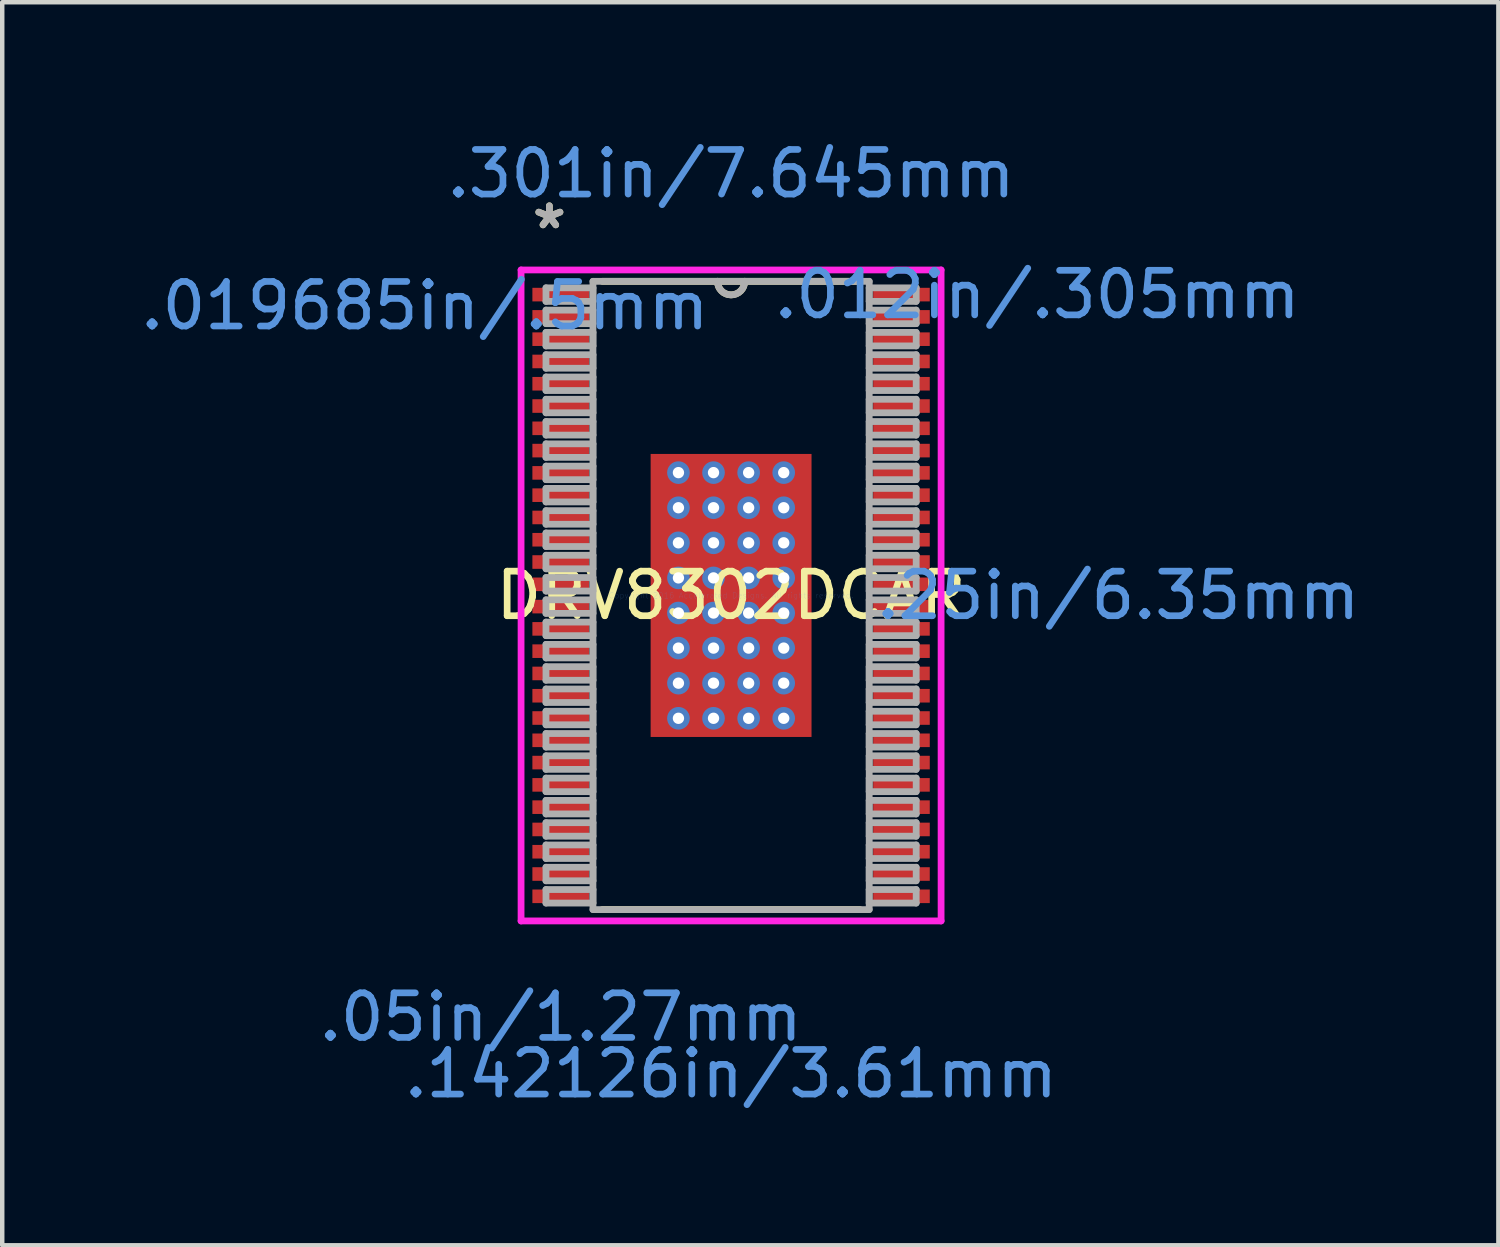
<source format=kicad_pcb>
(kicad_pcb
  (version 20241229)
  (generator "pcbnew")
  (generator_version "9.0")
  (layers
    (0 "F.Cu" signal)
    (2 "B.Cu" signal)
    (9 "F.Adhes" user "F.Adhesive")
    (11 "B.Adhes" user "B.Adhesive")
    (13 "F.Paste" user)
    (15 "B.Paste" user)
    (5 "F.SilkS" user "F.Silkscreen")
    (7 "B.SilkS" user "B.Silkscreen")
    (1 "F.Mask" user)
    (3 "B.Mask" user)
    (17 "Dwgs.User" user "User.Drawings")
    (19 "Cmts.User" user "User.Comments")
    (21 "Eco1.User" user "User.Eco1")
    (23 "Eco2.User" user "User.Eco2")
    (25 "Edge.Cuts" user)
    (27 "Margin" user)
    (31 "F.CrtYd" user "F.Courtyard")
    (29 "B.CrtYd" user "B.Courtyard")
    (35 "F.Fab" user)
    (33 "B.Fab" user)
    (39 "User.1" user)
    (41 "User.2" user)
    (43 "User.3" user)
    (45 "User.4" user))
  (footprint "DRV8302DCAR"
    (layer "F.Cu")
    (at 13.353 10.31)
    (property "Reference" "DRV8302DCAR" (at 0 0 0) (layer "F.SilkS") (effects (font (size 1 1) (thickness 0.15))))
    (attr through_hole)
    (fp_line (start -2.889 7.048) (end 2.889 7.048) (stroke (width 0.152) (type solid)) (layer "F.SilkS"))
    (fp_line (start 2.889 -7.048) (end -2.889 -7.048) (stroke (width 0.152) (type solid)) (layer "F.SilkS"))
    (fp_arc (start 0.3048 -7.0485) (mid 0 -6.7437) (end -0.3048 -7.0485) (stroke (width 0.1524) (type solid)) (layer "F.SilkS"))
    (fp_line (start -4.712 -7.303) (end 4.712 -7.303) (stroke (width 0.152) (type solid)) (layer "F.CrtYd"))
    (fp_line (start -4.712 7.303) (end -4.712 -7.303) (stroke (width 0.152) (type solid)) (layer "F.CrtYd"))
    (fp_line (start 4.712 -7.303) (end 4.712 7.303) (stroke (width 0.152) (type solid)) (layer "F.CrtYd"))
    (fp_line (start 4.712 7.303) (end -4.712 7.303) (stroke (width 0.152) (type solid)) (layer "F.CrtYd"))
    (fp_line (start -4.153 -6.902) (end -4.153 -6.598) (stroke (width 0.152) (type solid)) (layer "F.Fab"))
    (fp_line (start -4.153 -6.598) (end -3.099 -6.598) (stroke (width 0.152) (type solid)) (layer "F.Fab"))
    (fp_line (start -4.153 -6.402) (end -4.153 -6.098) (stroke (width 0.152) (type solid)) (layer "F.Fab"))
    (fp_line (start -4.153 -6.098) (end -3.099 -6.098) (stroke (width 0.152) (type solid)) (layer "F.Fab"))
    (fp_line (start -4.153 -5.902) (end -4.153 -5.598) (stroke (width 0.152) (type solid)) (layer "F.Fab"))
    (fp_line (start -4.153 -5.598) (end -3.099 -5.598) (stroke (width 0.152) (type solid)) (layer "F.Fab"))
    (fp_line (start -4.153 -5.402) (end -4.153 -5.098) (stroke (width 0.152) (type solid)) (layer "F.Fab"))
    (fp_line (start -4.153 -5.098) (end -3.099 -5.098) (stroke (width 0.152) (type solid)) (layer "F.Fab"))
    (fp_line (start -4.153 -4.902) (end -4.153 -4.598) (stroke (width 0.152) (type solid)) (layer "F.Fab"))
    (fp_line (start -4.153 -4.598) (end -3.099 -4.598) (stroke (width 0.152) (type solid)) (layer "F.Fab"))
    (fp_line (start -4.153 -4.402) (end -4.153 -4.098) (stroke (width 0.152) (type solid)) (layer "F.Fab"))
    (fp_line (start -4.153 -4.098) (end -3.099 -4.098) (stroke (width 0.152) (type solid)) (layer "F.Fab"))
    (fp_line (start -4.153 -3.902) (end -4.153 -3.598) (stroke (width 0.152) (type solid)) (layer "F.Fab"))
    (fp_line (start -4.153 -3.598) (end -3.099 -3.598) (stroke (width 0.152) (type solid)) (layer "F.Fab"))
    (fp_line (start -4.153 -3.402) (end -4.153 -3.098) (stroke (width 0.152) (type solid)) (layer "F.Fab"))
    (fp_line (start -4.153 -3.098) (end -3.099 -3.098) (stroke (width 0.152) (type solid)) (layer "F.Fab"))
    (fp_line (start -4.153 -2.902) (end -4.153 -2.598) (stroke (width 0.152) (type solid)) (layer "F.Fab"))
    (fp_line (start -4.153 -2.598) (end -3.099 -2.598) (stroke (width 0.152) (type solid)) (layer "F.Fab"))
    (fp_line (start -4.153 -2.402) (end -4.153 -2.098) (stroke (width 0.152) (type solid)) (layer "F.Fab"))
    (fp_line (start -4.153 -2.098) (end -3.099 -2.098) (stroke (width 0.152) (type solid)) (layer "F.Fab"))
    (fp_line (start -4.153 -1.902) (end -4.153 -1.598) (stroke (width 0.152) (type solid)) (layer "F.Fab"))
    (fp_line (start -4.153 -1.598) (end -3.099 -1.598) (stroke (width 0.152) (type solid)) (layer "F.Fab"))
    (fp_line (start -4.153 -1.402) (end -4.153 -1.098) (stroke (width 0.152) (type solid)) (layer "F.Fab"))
    (fp_line (start -4.153 -1.098) (end -3.099 -1.098) (stroke (width 0.152) (type solid)) (layer "F.Fab"))
    (fp_line (start -4.153 -0.902) (end -4.153 -0.598) (stroke (width 0.152) (type solid)) (layer "F.Fab"))
    (fp_line (start -4.153 -0.598) (end -3.099 -0.598) (stroke (width 0.152) (type solid)) (layer "F.Fab"))
    (fp_line (start -4.153 -0.402) (end -4.153 -0.098) (stroke (width 0.152) (type solid)) (layer "F.Fab"))
    (fp_line (start -4.153 -0.098) (end -3.099 -0.098) (stroke (width 0.152) (type solid)) (layer "F.Fab"))
    (fp_line (start -4.153 0.098) (end -4.153 0.402) (stroke (width 0.152) (type solid)) (layer "F.Fab"))
    (fp_line (start -4.153 0.402) (end -3.099 0.402) (stroke (width 0.152) (type solid)) (layer "F.Fab"))
    (fp_line (start -4.153 0.598) (end -4.153 0.902) (stroke (width 0.152) (type solid)) (layer "F.Fab"))
    (fp_line (start -4.153 0.902) (end -3.099 0.902) (stroke (width 0.152) (type solid)) (layer "F.Fab"))
    (fp_line (start -4.153 1.098) (end -4.153 1.402) (stroke (width 0.152) (type solid)) (layer "F.Fab"))
    (fp_line (start -4.153 1.402) (end -3.099 1.402) (stroke (width 0.152) (type solid)) (layer "F.Fab"))
    (fp_line (start -4.153 1.598) (end -4.153 1.902) (stroke (width 0.152) (type solid)) (layer "F.Fab"))
    (fp_line (start -4.153 1.902) (end -3.099 1.902) (stroke (width 0.152) (type solid)) (layer "F.Fab"))
    (fp_line (start -4.153 2.098) (end -4.153 2.402) (stroke (width 0.152) (type solid)) (layer "F.Fab"))
    (fp_line (start -4.153 2.402) (end -3.099 2.402) (stroke (width 0.152) (type solid)) (layer "F.Fab"))
    (fp_line (start -4.153 2.598) (end -4.153 2.902) (stroke (width 0.152) (type solid)) (layer "F.Fab"))
    (fp_line (start -4.153 2.902) (end -3.099 2.902) (stroke (width 0.152) (type solid)) (layer "F.Fab"))
    (fp_line (start -4.153 3.098) (end -4.153 3.402) (stroke (width 0.152) (type solid)) (layer "F.Fab"))
    (fp_line (start -4.153 3.402) (end -3.099 3.402) (stroke (width 0.152) (type solid)) (layer "F.Fab"))
    (fp_line (start -4.153 3.598) (end -4.153 3.902) (stroke (width 0.152) (type solid)) (layer "F.Fab"))
    (fp_line (start -4.153 3.902) (end -3.099 3.902) (stroke (width 0.152) (type solid)) (layer "F.Fab"))
    (fp_line (start -4.153 4.098) (end -4.153 4.402) (stroke (width 0.152) (type solid)) (layer "F.Fab"))
    (fp_line (start -4.153 4.402) (end -3.099 4.402) (stroke (width 0.152) (type solid)) (layer "F.Fab"))
    (fp_line (start -4.153 4.598) (end -4.153 4.902) (stroke (width 0.152) (type solid)) (layer "F.Fab"))
    (fp_line (start -4.153 4.902) (end -3.099 4.902) (stroke (width 0.152) (type solid)) (layer "F.Fab"))
    (fp_line (start -4.153 5.098) (end -4.153 5.402) (stroke (width 0.152) (type solid)) (layer "F.Fab"))
    (fp_line (start -4.153 5.402) (end -3.099 5.402) (stroke (width 0.152) (type solid)) (layer "F.Fab"))
    (fp_line (start -4.153 5.598) (end -4.153 5.902) (stroke (width 0.152) (type solid)) (layer "F.Fab"))
    (fp_line (start -4.153 5.902) (end -3.099 5.902) (stroke (width 0.152) (type solid)) (layer "F.Fab"))
    (fp_line (start -4.153 6.098) (end -4.153 6.402) (stroke (width 0.152) (type solid)) (layer "F.Fab"))
    (fp_line (start -4.153 6.402) (end -3.099 6.402) (stroke (width 0.152) (type solid)) (layer "F.Fab"))
    (fp_line (start -4.153 6.598) (end -4.153 6.902) (stroke (width 0.152) (type solid)) (layer "F.Fab"))
    (fp_line (start -4.153 6.902) (end -3.099 6.902) (stroke (width 0.152) (type solid)) (layer "F.Fab"))
    (fp_line (start -3.099 -7.048) (end -3.099 7.048) (stroke (width 0.152) (type solid)) (layer "F.Fab"))
    (fp_line (start -3.099 -6.902) (end -4.153 -6.902) (stroke (width 0.152) (type solid)) (layer "F.Fab"))
    (fp_line (start -3.099 -6.598) (end -3.099 -6.902) (stroke (width 0.152) (type solid)) (layer "F.Fab"))
    (fp_line (start -3.099 -6.402) (end -4.153 -6.402) (stroke (width 0.152) (type solid)) (layer "F.Fab"))
    (fp_line (start -3.099 -6.098) (end -3.099 -6.402) (stroke (width 0.152) (type solid)) (layer "F.Fab"))
    (fp_line (start -3.099 -5.902) (end -4.153 -5.902) (stroke (width 0.152) (type solid)) (layer "F.Fab"))
    (fp_line (start -3.099 -5.598) (end -3.099 -5.902) (stroke (width 0.152) (type solid)) (layer "F.Fab"))
    (fp_line (start -3.099 -5.402) (end -4.153 -5.402) (stroke (width 0.152) (type solid)) (layer "F.Fab"))
    (fp_line (start -3.099 -5.098) (end -3.099 -5.402) (stroke (width 0.152) (type solid)) (layer "F.Fab"))
    (fp_line (start -3.099 -4.902) (end -4.153 -4.902) (stroke (width 0.152) (type solid)) (layer "F.Fab"))
    (fp_line (start -3.099 -4.598) (end -3.099 -4.902) (stroke (width 0.152) (type solid)) (layer "F.Fab"))
    (fp_line (start -3.099 -4.402) (end -4.153 -4.402) (stroke (width 0.152) (type solid)) (layer "F.Fab"))
    (fp_line (start -3.099 -4.098) (end -3.099 -4.402) (stroke (width 0.152) (type solid)) (layer "F.Fab"))
    (fp_line (start -3.099 -3.902) (end -4.153 -3.902) (stroke (width 0.152) (type solid)) (layer "F.Fab"))
    (fp_line (start -3.099 -3.598) (end -3.099 -3.902) (stroke (width 0.152) (type solid)) (layer "F.Fab"))
    (fp_line (start -3.099 -3.402) (end -4.153 -3.402) (stroke (width 0.152) (type solid)) (layer "F.Fab"))
    (fp_line (start -3.099 -3.098) (end -3.099 -3.402) (stroke (width 0.152) (type solid)) (layer "F.Fab"))
    (fp_line (start -3.099 -2.902) (end -4.153 -2.902) (stroke (width 0.152) (type solid)) (layer "F.Fab"))
    (fp_line (start -3.099 -2.598) (end -3.099 -2.902) (stroke (width 0.152) (type solid)) (layer "F.Fab"))
    (fp_line (start -3.099 -2.402) (end -4.153 -2.402) (stroke (width 0.152) (type solid)) (layer "F.Fab"))
    (fp_line (start -3.099 -2.098) (end -3.099 -2.402) (stroke (width 0.152) (type solid)) (layer "F.Fab"))
    (fp_line (start -3.099 -1.902) (end -4.153 -1.902) (stroke (width 0.152) (type solid)) (layer "F.Fab"))
    (fp_line (start -3.099 -1.598) (end -3.099 -1.902) (stroke (width 0.152) (type solid)) (layer "F.Fab"))
    (fp_line (start -3.099 -1.402) (end -4.153 -1.402) (stroke (width 0.152) (type solid)) (layer "F.Fab"))
    (fp_line (start -3.099 -1.098) (end -3.099 -1.402) (stroke (width 0.152) (type solid)) (layer "F.Fab"))
    (fp_line (start -3.099 -0.902) (end -4.153 -0.902) (stroke (width 0.152) (type solid)) (layer "F.Fab"))
    (fp_line (start -3.099 -0.598) (end -3.099 -0.902) (stroke (width 0.152) (type solid)) (layer "F.Fab"))
    (fp_line (start -3.099 -0.402) (end -4.153 -0.402) (stroke (width 0.152) (type solid)) (layer "F.Fab"))
    (fp_line (start -3.099 -0.098) (end -3.099 -0.402) (stroke (width 0.152) (type solid)) (layer "F.Fab"))
    (fp_line (start -3.099 0.098) (end -4.153 0.098) (stroke (width 0.152) (type solid)) (layer "F.Fab"))
    (fp_line (start -3.099 0.402) (end -3.099 0.098) (stroke (width 0.152) (type solid)) (layer "F.Fab"))
    (fp_line (start -3.099 0.598) (end -4.153 0.598) (stroke (width 0.152) (type solid)) (layer "F.Fab"))
    (fp_line (start -3.099 0.902) (end -3.099 0.598) (stroke (width 0.152) (type solid)) (layer "F.Fab"))
    (fp_line (start -3.099 1.098) (end -4.153 1.098) (stroke (width 0.152) (type solid)) (layer "F.Fab"))
    (fp_line (start -3.099 1.402) (end -3.099 1.098) (stroke (width 0.152) (type solid)) (layer "F.Fab"))
    (fp_line (start -3.099 1.598) (end -4.153 1.598) (stroke (width 0.152) (type solid)) (layer "F.Fab"))
    (fp_line (start -3.099 1.902) (end -3.099 1.598) (stroke (width 0.152) (type solid)) (layer "F.Fab"))
    (fp_line (start -3.099 2.098) (end -4.153 2.098) (stroke (width 0.152) (type solid)) (layer "F.Fab"))
    (fp_line (start -3.099 2.402) (end -3.099 2.098) (stroke (width 0.152) (type solid)) (layer "F.Fab"))
    (fp_line (start -3.099 2.598) (end -4.153 2.598) (stroke (width 0.152) (type solid)) (layer "F.Fab"))
    (fp_line (start -3.099 2.902) (end -3.099 2.598) (stroke (width 0.152) (type solid)) (layer "F.Fab"))
    (fp_line (start -3.099 3.098) (end -4.153 3.098) (stroke (width 0.152) (type solid)) (layer "F.Fab"))
    (fp_line (start -3.099 3.402) (end -3.099 3.098) (stroke (width 0.152) (type solid)) (layer "F.Fab"))
    (fp_line (start -3.099 3.598) (end -4.153 3.598) (stroke (width 0.152) (type solid)) (layer "F.Fab"))
    (fp_line (start -3.099 3.902) (end -3.099 3.598) (stroke (width 0.152) (type solid)) (layer "F.Fab"))
    (fp_line (start -3.099 4.098) (end -4.153 4.098) (stroke (width 0.152) (type solid)) (layer "F.Fab"))
    (fp_line (start -3.099 4.402) (end -3.099 4.098) (stroke (width 0.152) (type solid)) (layer "F.Fab"))
    (fp_line (start -3.099 4.598) (end -4.153 4.598) (stroke (width 0.152) (type solid)) (layer "F.Fab"))
    (fp_line (start -3.099 4.902) (end -3.099 4.598) (stroke (width 0.152) (type solid)) (layer "F.Fab"))
    (fp_line (start -3.099 5.098) (end -4.153 5.098) (stroke (width 0.152) (type solid)) (layer "F.Fab"))
    (fp_line (start -3.099 5.402) (end -3.099 5.098) (stroke (width 0.152) (type solid)) (layer "F.Fab"))
    (fp_line (start -3.099 5.598) (end -4.153 5.598) (stroke (width 0.152) (type solid)) (layer "F.Fab"))
    (fp_line (start -3.099 5.902) (end -3.099 5.598) (stroke (width 0.152) (type solid)) (layer "F.Fab"))
    (fp_line (start -3.099 6.098) (end -4.153 6.098) (stroke (width 0.152) (type solid)) (layer "F.Fab"))
    (fp_line (start -3.099 6.402) (end -3.099 6.098) (stroke (width 0.152) (type solid)) (layer "F.Fab"))
    (fp_line (start -3.099 6.598) (end -4.153 6.598) (stroke (width 0.152) (type solid)) (layer "F.Fab"))
    (fp_line (start -3.099 6.902) (end -3.099 6.598) (stroke (width 0.152) (type solid)) (layer "F.Fab"))
    (fp_line (start -3.099 7.048) (end 3.099 7.048) (stroke (width 0.152) (type solid)) (layer "F.Fab"))
    (fp_line (start 3.099 -7.048) (end -3.099 -7.048) (stroke (width 0.152) (type solid)) (layer "F.Fab"))
    (fp_line (start 3.099 -6.902) (end 3.099 -6.598) (stroke (width 0.152) (type solid)) (layer "F.Fab"))
    (fp_line (start 3.099 -6.598) (end 4.153 -6.598) (stroke (width 0.152) (type solid)) (layer "F.Fab"))
    (fp_line (start 3.099 -6.402) (end 3.099 -6.098) (stroke (width 0.152) (type solid)) (layer "F.Fab"))
    (fp_line (start 3.099 -6.098) (end 4.153 -6.098) (stroke (width 0.152) (type solid)) (layer "F.Fab"))
    (fp_line (start 3.099 -5.902) (end 3.099 -5.598) (stroke (width 0.152) (type solid)) (layer "F.Fab"))
    (fp_line (start 3.099 -5.598) (end 4.153 -5.598) (stroke (width 0.152) (type solid)) (layer "F.Fab"))
    (fp_line (start 3.099 -5.402) (end 3.099 -5.098) (stroke (width 0.152) (type solid)) (layer "F.Fab"))
    (fp_line (start 3.099 -5.098) (end 4.153 -5.098) (stroke (width 0.152) (type solid)) (layer "F.Fab"))
    (fp_line (start 3.099 -4.902) (end 3.099 -4.598) (stroke (width 0.152) (type solid)) (layer "F.Fab"))
    (fp_line (start 3.099 -4.598) (end 4.153 -4.598) (stroke (width 0.152) (type solid)) (layer "F.Fab"))
    (fp_line (start 3.099 -4.402) (end 3.099 -4.098) (stroke (width 0.152) (type solid)) (layer "F.Fab"))
    (fp_line (start 3.099 -4.098) (end 4.153 -4.098) (stroke (width 0.152) (type solid)) (layer "F.Fab"))
    (fp_line (start 3.099 -3.902) (end 3.099 -3.598) (stroke (width 0.152) (type solid)) (layer "F.Fab"))
    (fp_line (start 3.099 -3.598) (end 4.153 -3.598) (stroke (width 0.152) (type solid)) (layer "F.Fab"))
    (fp_line (start 3.099 -3.402) (end 3.099 -3.098) (stroke (width 0.152) (type solid)) (layer "F.Fab"))
    (fp_line (start 3.099 -3.098) (end 4.153 -3.098) (stroke (width 0.152) (type solid)) (layer "F.Fab"))
    (fp_line (start 3.099 -2.902) (end 3.099 -2.598) (stroke (width 0.152) (type solid)) (layer "F.Fab"))
    (fp_line (start 3.099 -2.598) (end 4.153 -2.598) (stroke (width 0.152) (type solid)) (layer "F.Fab"))
    (fp_line (start 3.099 -2.402) (end 3.099 -2.098) (stroke (width 0.152) (type solid)) (layer "F.Fab"))
    (fp_line (start 3.099 -2.098) (end 4.153 -2.098) (stroke (width 0.152) (type solid)) (layer "F.Fab"))
    (fp_line (start 3.099 -1.902) (end 3.099 -1.598) (stroke (width 0.152) (type solid)) (layer "F.Fab"))
    (fp_line (start 3.099 -1.598) (end 4.153 -1.598) (stroke (width 0.152) (type solid)) (layer "F.Fab"))
    (fp_line (start 3.099 -1.402) (end 3.099 -1.098) (stroke (width 0.152) (type solid)) (layer "F.Fab"))
    (fp_line (start 3.099 -1.098) (end 4.153 -1.098) (stroke (width 0.152) (type solid)) (layer "F.Fab"))
    (fp_line (start 3.099 -0.902) (end 3.099 -0.598) (stroke (width 0.152) (type solid)) (layer "F.Fab"))
    (fp_line (start 3.099 -0.598) (end 4.153 -0.598) (stroke (width 0.152) (type solid)) (layer "F.Fab"))
    (fp_line (start 3.099 -0.402) (end 3.099 -0.098) (stroke (width 0.152) (type solid)) (layer "F.Fab"))
    (fp_line (start 3.099 -0.098) (end 4.153 -0.098) (stroke (width 0.152) (type solid)) (layer "F.Fab"))
    (fp_line (start 3.099 0.098) (end 3.099 0.402) (stroke (width 0.152) (type solid)) (layer "F.Fab"))
    (fp_line (start 3.099 0.402) (end 4.153 0.402) (stroke (width 0.152) (type solid)) (layer "F.Fab"))
    (fp_line (start 3.099 0.598) (end 3.099 0.902) (stroke (width 0.152) (type solid)) (layer "F.Fab"))
    (fp_line (start 3.099 0.902) (end 4.153 0.902) (stroke (width 0.152) (type solid)) (layer "F.Fab"))
    (fp_line (start 3.099 1.098) (end 3.099 1.402) (stroke (width 0.152) (type solid)) (layer "F.Fab"))
    (fp_line (start 3.099 1.402) (end 4.153 1.402) (stroke (width 0.152) (type solid)) (layer "F.Fab"))
    (fp_line (start 3.099 1.598) (end 3.099 1.902) (stroke (width 0.152) (type solid)) (layer "F.Fab"))
    (fp_line (start 3.099 1.902) (end 4.153 1.902) (stroke (width 0.152) (type solid)) (layer "F.Fab"))
    (fp_line (start 3.099 2.098) (end 3.099 2.402) (stroke (width 0.152) (type solid)) (layer "F.Fab"))
    (fp_line (start 3.099 2.402) (end 4.153 2.402) (stroke (width 0.152) (type solid)) (layer "F.Fab"))
    (fp_line (start 3.099 2.598) (end 3.099 2.902) (stroke (width 0.152) (type solid)) (layer "F.Fab"))
    (fp_line (start 3.099 2.902) (end 4.153 2.902) (stroke (width 0.152) (type solid)) (layer "F.Fab"))
    (fp_line (start 3.099 3.098) (end 3.099 3.402) (stroke (width 0.152) (type solid)) (layer "F.Fab"))
    (fp_line (start 3.099 3.402) (end 4.153 3.402) (stroke (width 0.152) (type solid)) (layer "F.Fab"))
    (fp_line (start 3.099 3.598) (end 3.099 3.902) (stroke (width 0.152) (type solid)) (layer "F.Fab"))
    (fp_line (start 3.099 3.902) (end 4.153 3.902) (stroke (width 0.152) (type solid)) (layer "F.Fab"))
    (fp_line (start 3.099 4.098) (end 3.099 4.402) (stroke (width 0.152) (type solid)) (layer "F.Fab"))
    (fp_line (start 3.099 4.402) (end 4.153 4.402) (stroke (width 0.152) (type solid)) (layer "F.Fab"))
    (fp_line (start 3.099 4.598) (end 3.099 4.902) (stroke (width 0.152) (type solid)) (layer "F.Fab"))
    (fp_line (start 3.099 4.902) (end 4.153 4.902) (stroke (width 0.152) (type solid)) (layer "F.Fab"))
    (fp_line (start 3.099 5.098) (end 3.099 5.402) (stroke (width 0.152) (type solid)) (layer "F.Fab"))
    (fp_line (start 3.099 5.402) (end 4.153 5.402) (stroke (width 0.152) (type solid)) (layer "F.Fab"))
    (fp_line (start 3.099 5.598) (end 3.099 5.902) (stroke (width 0.152) (type solid)) (layer "F.Fab"))
    (fp_line (start 3.099 5.902) (end 4.153 5.902) (stroke (width 0.152) (type solid)) (layer "F.Fab"))
    (fp_line (start 3.099 6.098) (end 3.099 6.402) (stroke (width 0.152) (type solid)) (layer "F.Fab"))
    (fp_line (start 3.099 6.402) (end 4.153 6.402) (stroke (width 0.152) (type solid)) (layer "F.Fab"))
    (fp_line (start 3.099 6.598) (end 3.099 6.902) (stroke (width 0.152) (type solid)) (layer "F.Fab"))
    (fp_line (start 3.099 6.902) (end 4.153 6.902) (stroke (width 0.152) (type solid)) (layer "F.Fab"))
    (fp_line (start 3.099 7.048) (end 3.099 -7.048) (stroke (width 0.152) (type solid)) (layer "F.Fab"))
    (fp_line (start 4.153 -6.902) (end 3.099 -6.902) (stroke (width 0.152) (type solid)) (layer "F.Fab"))
    (fp_line (start 4.153 -6.598) (end 4.153 -6.902) (stroke (width 0.152) (type solid)) (layer "F.Fab"))
    (fp_line (start 4.153 -6.402) (end 3.099 -6.402) (stroke (width 0.152) (type solid)) (layer "F.Fab"))
    (fp_line (start 4.153 -6.098) (end 4.153 -6.402) (stroke (width 0.152) (type solid)) (layer "F.Fab"))
    (fp_line (start 4.153 -5.902) (end 3.099 -5.902) (stroke (width 0.152) (type solid)) (layer "F.Fab"))
    (fp_line (start 4.153 -5.598) (end 4.153 -5.902) (stroke (width 0.152) (type solid)) (layer "F.Fab"))
    (fp_line (start 4.153 -5.402) (end 3.099 -5.402) (stroke (width 0.152) (type solid)) (layer "F.Fab"))
    (fp_line (start 4.153 -5.098) (end 4.153 -5.402) (stroke (width 0.152) (type solid)) (layer "F.Fab"))
    (fp_line (start 4.153 -4.902) (end 3.099 -4.902) (stroke (width 0.152) (type solid)) (layer "F.Fab"))
    (fp_line (start 4.153 -4.598) (end 4.153 -4.902) (stroke (width 0.152) (type solid)) (layer "F.Fab"))
    (fp_line (start 4.153 -4.402) (end 3.099 -4.402) (stroke (width 0.152) (type solid)) (layer "F.Fab"))
    (fp_line (start 4.153 -4.098) (end 4.153 -4.402) (stroke (width 0.152) (type solid)) (layer "F.Fab"))
    (fp_line (start 4.153 -3.902) (end 3.099 -3.902) (stroke (width 0.152) (type solid)) (layer "F.Fab"))
    (fp_line (start 4.153 -3.598) (end 4.153 -3.902) (stroke (width 0.152) (type solid)) (layer "F.Fab"))
    (fp_line (start 4.153 -3.402) (end 3.099 -3.402) (stroke (width 0.152) (type solid)) (layer "F.Fab"))
    (fp_line (start 4.153 -3.098) (end 4.153 -3.402) (stroke (width 0.152) (type solid)) (layer "F.Fab"))
    (fp_line (start 4.153 -2.902) (end 3.099 -2.902) (stroke (width 0.152) (type solid)) (layer "F.Fab"))
    (fp_line (start 4.153 -2.598) (end 4.153 -2.902) (stroke (width 0.152) (type solid)) (layer "F.Fab"))
    (fp_line (start 4.153 -2.402) (end 3.099 -2.402) (stroke (width 0.152) (type solid)) (layer "F.Fab"))
    (fp_line (start 4.153 -2.098) (end 4.153 -2.402) (stroke (width 0.152) (type solid)) (layer "F.Fab"))
    (fp_line (start 4.153 -1.902) (end 3.099 -1.902) (stroke (width 0.152) (type solid)) (layer "F.Fab"))
    (fp_line (start 4.153 -1.598) (end 4.153 -1.902) (stroke (width 0.152) (type solid)) (layer "F.Fab"))
    (fp_line (start 4.153 -1.402) (end 3.099 -1.402) (stroke (width 0.152) (type solid)) (layer "F.Fab"))
    (fp_line (start 4.153 -1.098) (end 4.153 -1.402) (stroke (width 0.152) (type solid)) (layer "F.Fab"))
    (fp_line (start 4.153 -0.902) (end 3.099 -0.902) (stroke (width 0.152) (type solid)) (layer "F.Fab"))
    (fp_line (start 4.153 -0.598) (end 4.153 -0.902) (stroke (width 0.152) (type solid)) (layer "F.Fab"))
    (fp_line (start 4.153 -0.402) (end 3.099 -0.402) (stroke (width 0.152) (type solid)) (layer "F.Fab"))
    (fp_line (start 4.153 -0.098) (end 4.153 -0.402) (stroke (width 0.152) (type solid)) (layer "F.Fab"))
    (fp_line (start 4.153 0.098) (end 3.099 0.098) (stroke (width 0.152) (type solid)) (layer "F.Fab"))
    (fp_line (start 4.153 0.402) (end 4.153 0.098) (stroke (width 0.152) (type solid)) (layer "F.Fab"))
    (fp_line (start 4.153 0.598) (end 3.099 0.598) (stroke (width 0.152) (type solid)) (layer "F.Fab"))
    (fp_line (start 4.153 0.902) (end 4.153 0.598) (stroke (width 0.152) (type solid)) (layer "F.Fab"))
    (fp_line (start 4.153 1.098) (end 3.099 1.098) (stroke (width 0.152) (type solid)) (layer "F.Fab"))
    (fp_line (start 4.153 1.402) (end 4.153 1.098) (stroke (width 0.152) (type solid)) (layer "F.Fab"))
    (fp_line (start 4.153 1.598) (end 3.099 1.598) (stroke (width 0.152) (type solid)) (layer "F.Fab"))
    (fp_line (start 4.153 1.902) (end 4.153 1.598) (stroke (width 0.152) (type solid)) (layer "F.Fab"))
    (fp_line (start 4.153 2.098) (end 3.099 2.098) (stroke (width 0.152) (type solid)) (layer "F.Fab"))
    (fp_line (start 4.153 2.402) (end 4.153 2.098) (stroke (width 0.152) (type solid)) (layer "F.Fab"))
    (fp_line (start 4.153 2.598) (end 3.099 2.598) (stroke (width 0.152) (type solid)) (layer "F.Fab"))
    (fp_line (start 4.153 2.902) (end 4.153 2.598) (stroke (width 0.152) (type solid)) (layer "F.Fab"))
    (fp_line (start 4.153 3.098) (end 3.099 3.098) (stroke (width 0.152) (type solid)) (layer "F.Fab"))
    (fp_line (start 4.153 3.402) (end 4.153 3.098) (stroke (width 0.152) (type solid)) (layer "F.Fab"))
    (fp_line (start 4.153 3.598) (end 3.099 3.598) (stroke (width 0.152) (type solid)) (layer "F.Fab"))
    (fp_line (start 4.153 3.902) (end 4.153 3.598) (stroke (width 0.152) (type solid)) (layer "F.Fab"))
    (fp_line (start 4.153 4.098) (end 3.099 4.098) (stroke (width 0.152) (type solid)) (layer "F.Fab"))
    (fp_line (start 4.153 4.402) (end 4.153 4.098) (stroke (width 0.152) (type solid)) (layer "F.Fab"))
    (fp_line (start 4.153 4.598) (end 3.099 4.598) (stroke (width 0.152) (type solid)) (layer "F.Fab"))
    (fp_line (start 4.153 4.902) (end 4.153 4.598) (stroke (width 0.152) (type solid)) (layer "F.Fab"))
    (fp_line (start 4.153 5.098) (end 3.099 5.098) (stroke (width 0.152) (type solid)) (layer "F.Fab"))
    (fp_line (start 4.153 5.402) (end 4.153 5.098) (stroke (width 0.152) (type solid)) (layer "F.Fab"))
    (fp_line (start 4.153 5.598) (end 3.099 5.598) (stroke (width 0.152) (type solid)) (layer "F.Fab"))
    (fp_line (start 4.153 5.902) (end 4.153 5.598) (stroke (width 0.152) (type solid)) (layer "F.Fab"))
    (fp_line (start 4.153 6.098) (end 3.099 6.098) (stroke (width 0.152) (type solid)) (layer "F.Fab"))
    (fp_line (start 4.153 6.402) (end 4.153 6.098) (stroke (width 0.152) (type solid)) (layer "F.Fab"))
    (fp_line (start 4.153 6.598) (end 3.099 6.598) (stroke (width 0.152) (type solid)) (layer "F.Fab"))
    (fp_line (start 4.153 6.902) (end 4.153 6.598) (stroke (width 0.152) (type solid)) (layer "F.Fab"))
    (fp_arc (start 0.3048 -7.0485) (mid 0 -6.7437) (end -0.3048 -7.0485) (stroke (width 0.1524) (type solid)) (layer "F.Fab"))
    (fp_text user "*" (at -4.077 -8.198 0) (layer "F.SilkS") (effects (font (size 1 1) (thickness 0.15))))
    (fp_text user ".142126in/3.61mm" (at 0 10.732 0) (layer "Cmts.User") (effects (font (size 1 1) (thickness 0.15))))
    (fp_text user "Copyright 2016 Accelerated Designs. All rights reserved." (at 0 0 0) (layer "Cmts.User") (effects (font (size 0.127 0.127) (thickness 0.002))))
    (fp_text user ".019685in/.5mm" (at -6.871 -6.5 0) (layer "Cmts.User") (effects (font (size 1 1) (thickness 0.15))))
    (fp_text user ".25in/6.35mm" (at 8.687 0 0) (layer "Cmts.User") (effects (font (size 1 1) (thickness 0.15))))
    (fp_text user ".05in/1.27mm" (at -3.823 9.461 0) (layer "Cmts.User") (effects (font (size 1 1) (thickness 0.15))))
    (fp_text user ".012in/.305mm" (at 6.871 -6.75 0) (layer "Cmts.User") (effects (font (size 1 1) (thickness 0.15))))
    (fp_text user ".301in/7.645mm" (at 0 -9.461 0) (layer "Cmts.User") (effects (font (size 1 1) (thickness 0.15))))
    (fp_text user "*" (at -4.077 -8.198 0) (layer "F.Fab") (effects (font (size 1 1) (thickness 0.15))))
    (pad "1" smd rect (at -3.823 -6.75) (size 1.27 0.305) (layers "F.Cu" "F.Mask" "F.Paste"))
    (pad "2" smd rect (at -3.823 -6.25) (size 1.27 0.305) (layers "F.Cu" "F.Mask" "F.Paste"))
    (pad "3" smd rect (at -3.823 -5.75) (size 1.27 0.305) (layers "F.Cu" "F.Mask" "F.Paste"))
    (pad "4" smd rect (at -3.823 -5.25) (size 1.27 0.305) (layers "F.Cu" "F.Mask" "F.Paste"))
    (pad "5" smd rect (at -3.823 -4.75) (size 1.27 0.305) (layers "F.Cu" "F.Mask" "F.Paste"))
    (pad "6" smd rect (at -3.823 -4.25) (size 1.27 0.305) (layers "F.Cu" "F.Mask" "F.Paste"))
    (pad "7" smd rect (at -3.823 -3.75) (size 1.27 0.305) (layers "F.Cu" "F.Mask" "F.Paste"))
    (pad "8" smd rect (at -3.823 -3.25) (size 1.27 0.305) (layers "F.Cu" "F.Mask" "F.Paste"))
    (pad "9" smd rect (at -3.823 -2.75) (size 1.27 0.305) (layers "F.Cu" "F.Mask" "F.Paste"))
    (pad "10" smd rect (at -3.823 -2.25) (size 1.27 0.305) (layers "F.Cu" "F.Mask" "F.Paste"))
    (pad "11" smd rect (at -3.823 -1.75) (size 1.27 0.305) (layers "F.Cu" "F.Mask" "F.Paste"))
    (pad "12" smd rect (at -3.823 -1.25) (size 1.27 0.305) (layers "F.Cu" "F.Mask" "F.Paste"))
    (pad "13" smd rect (at -3.823 -0.75) (size 1.27 0.305) (layers "F.Cu" "F.Mask" "F.Paste"))
    (pad "14" smd rect (at -3.823 -0.25) (size 1.27 0.305) (layers "F.Cu" "F.Mask" "F.Paste"))
    (pad "15" smd rect (at -3.823 0.25) (size 1.27 0.305) (layers "F.Cu" "F.Mask" "F.Paste"))
    (pad "16" smd rect (at -3.823 0.75) (size 1.27 0.305) (layers "F.Cu" "F.Mask" "F.Paste"))
    (pad "17" smd rect (at -3.823 1.25) (size 1.27 0.305) (layers "F.Cu" "F.Mask" "F.Paste"))
    (pad "18" smd rect (at -3.823 1.75) (size 1.27 0.305) (layers "F.Cu" "F.Mask" "F.Paste"))
    (pad "19" smd rect (at -3.823 2.25) (size 1.27 0.305) (layers "F.Cu" "F.Mask" "F.Paste"))
    (pad "20" smd rect (at -3.823 2.75) (size 1.27 0.305) (layers "F.Cu" "F.Mask" "F.Paste"))
    (pad "21" smd rect (at -3.823 3.25) (size 1.27 0.305) (layers "F.Cu" "F.Mask" "F.Paste"))
    (pad "22" smd rect (at -3.823 3.75) (size 1.27 0.305) (layers "F.Cu" "F.Mask" "F.Paste"))
    (pad "23" smd rect (at -3.823 4.25) (size 1.27 0.305) (layers "F.Cu" "F.Mask" "F.Paste"))
    (pad "24" smd rect (at -3.823 4.75) (size 1.27 0.305) (layers "F.Cu" "F.Mask" "F.Paste"))
    (pad "25" smd rect (at -3.823 5.25) (size 1.27 0.305) (layers "F.Cu" "F.Mask" "F.Paste"))
    (pad "26" smd rect (at -3.823 5.75) (size 1.27 0.305) (layers "F.Cu" "F.Mask" "F.Paste"))
    (pad "27" smd rect (at -3.823 6.25) (size 1.27 0.305) (layers "F.Cu" "F.Mask" "F.Paste"))
    (pad "28" smd rect (at -3.823 6.75) (size 1.27 0.305) (layers "F.Cu" "F.Mask" "F.Paste"))
    (pad "29" smd rect (at 3.823 6.75) (size 1.27 0.305) (layers "F.Cu" "F.Mask" "F.Paste"))
    (pad "30" smd rect (at 3.823 6.25) (size 1.27 0.305) (layers "F.Cu" "F.Mask" "F.Paste"))
    (pad "31" smd rect (at 3.823 5.75) (size 1.27 0.305) (layers "F.Cu" "F.Mask" "F.Paste"))
    (pad "32" smd rect (at 3.823 5.25) (size 1.27 0.305) (layers "F.Cu" "F.Mask" "F.Paste"))
    (pad "33" smd rect (at 3.823 4.75) (size 1.27 0.305) (layers "F.Cu" "F.Mask" "F.Paste"))
    (pad "34" smd rect (at 3.823 4.25) (size 1.27 0.305) (layers "F.Cu" "F.Mask" "F.Paste"))
    (pad "35" smd rect (at 3.823 3.75) (size 1.27 0.305) (layers "F.Cu" "F.Mask" "F.Paste"))
    (pad "36" smd rect (at 3.823 3.25) (size 1.27 0.305) (layers "F.Cu" "F.Mask" "F.Paste"))
    (pad "37" smd rect (at 3.823 2.75) (size 1.27 0.305) (layers "F.Cu" "F.Mask" "F.Paste"))
    (pad "38" smd rect (at 3.823 2.25) (size 1.27 0.305) (layers "F.Cu" "F.Mask" "F.Paste"))
    (pad "39" smd rect (at 3.823 1.75) (size 1.27 0.305) (layers "F.Cu" "F.Mask" "F.Paste"))
    (pad "40" smd rect (at 3.823 1.25) (size 1.27 0.305) (layers "F.Cu" "F.Mask" "F.Paste"))
    (pad "41" smd rect (at 3.823 0.75) (size 1.27 0.305) (layers "F.Cu" "F.Mask" "F.Paste"))
    (pad "42" smd rect (at 3.823 0.25) (size 1.27 0.305) (layers "F.Cu" "F.Mask" "F.Paste"))
    (pad "43" smd rect (at 3.823 -0.25) (size 1.27 0.305) (layers "F.Cu" "F.Mask" "F.Paste"))
    (pad "44" smd rect (at 3.823 -0.75) (size 1.27 0.305) (layers "F.Cu" "F.Mask" "F.Paste"))
    (pad "45" smd rect (at 3.823 -1.25) (size 1.27 0.305) (layers "F.Cu" "F.Mask" "F.Paste"))
    (pad "46" smd rect (at 3.823 -1.75) (size 1.27 0.305) (layers "F.Cu" "F.Mask" "F.Paste"))
    (pad "47" smd rect (at 3.823 -2.25) (size 1.27 0.305) (layers "F.Cu" "F.Mask" "F.Paste"))
    (pad "48" smd rect (at 3.823 -2.75) (size 1.27 0.305) (layers "F.Cu" "F.Mask" "F.Paste"))
    (pad "49" smd rect (at 3.823 -3.25) (size 1.27 0.305) (layers "F.Cu" "F.Mask" "F.Paste"))
    (pad "50" smd rect (at 3.823 -3.75) (size 1.27 0.305) (layers "F.Cu" "F.Mask" "F.Paste"))
    (pad "51" smd rect (at 3.823 -4.25) (size 1.27 0.305) (layers "F.Cu" "F.Mask" "F.Paste"))
    (pad "52" smd rect (at 3.823 -4.75) (size 1.27 0.305) (layers "F.Cu" "F.Mask" "F.Paste"))
    (pad "53" smd rect (at 3.823 -5.25) (size 1.27 0.305) (layers "F.Cu" "F.Mask" "F.Paste"))
    (pad "54" smd rect (at 3.823 -5.75) (size 1.27 0.305) (layers "F.Cu" "F.Mask" "F.Paste"))
    (pad "55" smd rect (at 3.823 -6.25) (size 1.27 0.305) (layers "F.Cu" "F.Mask" "F.Paste"))
    (pad "56" smd rect (at 3.823 -6.75) (size 1.27 0.305) (layers "F.Cu" "F.Mask" "F.Paste"))
    (pad "57" smd rect (at 0 0) (size 3.61 6.35) (layers "F.Cu" "F.Mask" "F.Paste"))
    (pad "V" thru_hole circle (at -1.181 -2.756) (size 0.508 0.508) (drill 0.254) (layers "*.Cu" "*.Mask"))
    (pad "V" thru_hole circle (at -1.181 -1.968) (size 0.508 0.508) (drill 0.254) (layers "*.Cu" "*.Mask"))
    (pad "V" thru_hole circle (at -1.181 -1.181) (size 0.508 0.508) (drill 0.254) (layers "*.Cu" "*.Mask"))
    (pad "V" thru_hole circle (at -1.181 -0.394) (size 0.508 0.508) (drill 0.254) (layers "*.Cu" "*.Mask"))
    (pad "V" thru_hole circle (at -1.181 0.394) (size 0.508 0.508) (drill 0.254) (layers "*.Cu" "*.Mask"))
    (pad "V" thru_hole circle (at -1.181 1.181) (size 0.508 0.508) (drill 0.254) (layers "*.Cu" "*.Mask"))
    (pad "V" thru_hole circle (at -1.181 1.968) (size 0.508 0.508) (drill 0.254) (layers "*.Cu" "*.Mask"))
    (pad "V" thru_hole circle (at -1.181 2.756) (size 0.508 0.508) (drill 0.254) (layers "*.Cu" "*.Mask"))
    (pad "V" thru_hole circle (at -0.394 -2.756) (size 0.508 0.508) (drill 0.254) (layers "*.Cu" "*.Mask"))
    (pad "V" thru_hole circle (at -0.394 -1.968) (size 0.508 0.508) (drill 0.254) (layers "*.Cu" "*.Mask"))
    (pad "V" thru_hole circle (at -0.394 -1.181) (size 0.508 0.508) (drill 0.254) (layers "*.Cu" "*.Mask"))
    (pad "V" thru_hole circle (at -0.394 -0.394) (size 0.508 0.508) (drill 0.254) (layers "*.Cu" "*.Mask"))
    (pad "V" thru_hole circle (at -0.394 0.394) (size 0.508 0.508) (drill 0.254) (layers "*.Cu" "*.Mask"))
    (pad "V" thru_hole circle (at -0.394 1.181) (size 0.508 0.508) (drill 0.254) (layers "*.Cu" "*.Mask"))
    (pad "V" thru_hole circle (at -0.394 1.968) (size 0.508 0.508) (drill 0.254) (layers "*.Cu" "*.Mask"))
    (pad "V" thru_hole circle (at -0.394 2.756) (size 0.508 0.508) (drill 0.254) (layers "*.Cu" "*.Mask"))
    (pad "V" thru_hole circle (at 0.394 -2.756) (size 0.508 0.508) (drill 0.254) (layers "*.Cu" "*.Mask"))
    (pad "V" thru_hole circle (at 0.394 -1.968) (size 0.508 0.508) (drill 0.254) (layers "*.Cu" "*.Mask"))
    (pad "V" thru_hole circle (at 0.394 -1.181) (size 0.508 0.508) (drill 0.254) (layers "*.Cu" "*.Mask"))
    (pad "V" thru_hole circle (at 0.394 -0.394) (size 0.508 0.508) (drill 0.254) (layers "*.Cu" "*.Mask"))
    (pad "V" thru_hole circle (at 0.394 0.394) (size 0.508 0.508) (drill 0.254) (layers "*.Cu" "*.Mask"))
    (pad "V" thru_hole circle (at 0.394 1.181) (size 0.508 0.508) (drill 0.254) (layers "*.Cu" "*.Mask"))
    (pad "V" thru_hole circle (at 0.394 1.968) (size 0.508 0.508) (drill 0.254) (layers "*.Cu" "*.Mask"))
    (pad "V" thru_hole circle (at 0.394 2.756) (size 0.508 0.508) (drill 0.254) (layers "*.Cu" "*.Mask"))
    (pad "V" thru_hole circle (at 1.181 -2.756) (size 0.508 0.508) (drill 0.254) (layers "*.Cu" "*.Mask"))
    (pad "V" thru_hole circle (at 1.181 -1.968) (size 0.508 0.508) (drill 0.254) (layers "*.Cu" "*.Mask"))
    (pad "V" thru_hole circle (at 1.181 -1.181) (size 0.508 0.508) (drill 0.254) (layers "*.Cu" "*.Mask"))
    (pad "V" thru_hole circle (at 1.181 -0.394) (size 0.508 0.508) (drill 0.254) (layers "*.Cu" "*.Mask"))
    (pad "V" thru_hole circle (at 1.181 0.394) (size 0.508 0.508) (drill 0.254) (layers "*.Cu" "*.Mask"))
    (pad "V" thru_hole circle (at 1.181 1.181) (size 0.508 0.508) (drill 0.254) (layers "*.Cu" "*.Mask"))
    (pad "V" thru_hole circle (at 1.181 1.968) (size 0.508 0.508) (drill 0.254) (layers "*.Cu" "*.Mask"))
    (pad "V" thru_hole circle (at 1.181 2.756) (size 0.508 0.508) (drill 0.254) (layers "*.Cu" "*.Mask")))
  (gr_rect
    (start -3 -3)
    (end 30.569 24.89)
    (stroke (width 0.1) (type default))
    (fill no)
    (layer "Edge.Cuts")))
</source>
